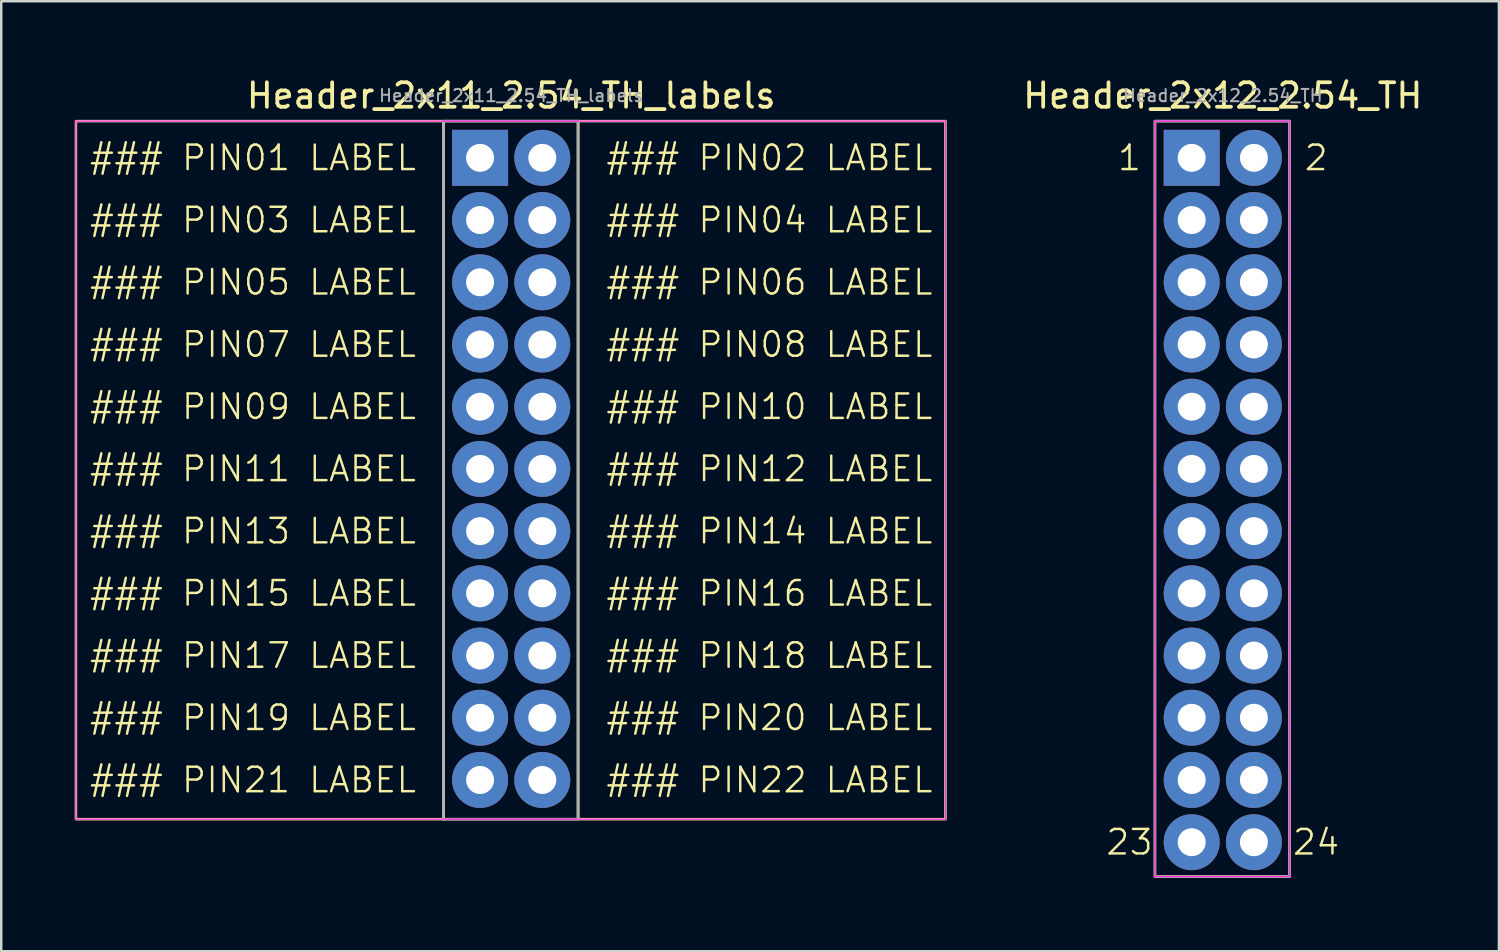
<source format=kicad_pcb>
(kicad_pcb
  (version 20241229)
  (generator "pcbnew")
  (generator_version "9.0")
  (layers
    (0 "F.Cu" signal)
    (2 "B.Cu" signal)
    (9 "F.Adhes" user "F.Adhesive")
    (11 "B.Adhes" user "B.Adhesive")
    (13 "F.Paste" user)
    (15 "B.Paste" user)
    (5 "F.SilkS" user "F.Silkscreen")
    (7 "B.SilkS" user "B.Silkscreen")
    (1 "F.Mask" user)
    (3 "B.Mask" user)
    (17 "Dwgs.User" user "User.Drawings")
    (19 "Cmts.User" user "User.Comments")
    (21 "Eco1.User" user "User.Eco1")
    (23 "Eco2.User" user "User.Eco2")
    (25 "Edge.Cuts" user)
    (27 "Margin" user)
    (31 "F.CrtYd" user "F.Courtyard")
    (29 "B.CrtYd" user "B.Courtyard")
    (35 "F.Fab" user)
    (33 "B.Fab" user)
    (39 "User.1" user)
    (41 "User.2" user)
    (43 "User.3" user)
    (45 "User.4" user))
  (footprint "Header_2x11_2.54_TH_labels"
    (layer "F.Cu")
    (at 16.55 3.394)
    (property "Reference" "Header_2x11_2.54_TH_labels" (at 1.27 -2.54 0) (layer "F.SilkS") (effects (font (size 1 1) (thickness 0.153))))
    (attr through_hole)
    (fp_rect (start -16.5 -1.5) (end -1.5 27) (stroke (width 0.1) (type default)) (fill no) (layer "F.SilkS"))
    (fp_rect (start -1.5 -1.5) (end 4 27) (stroke (width 0.1) (type default)) (fill no) (layer "F.SilkS"))
    (fp_rect (start 4 -1.5) (end 19 27) (stroke (width 0.1) (type default)) (fill no) (layer "F.SilkS"))
    (fp_line (start -16.5 -1.5) (end 19 -1.5) (stroke (width 0.05) (type default)) (layer "F.CrtYd"))
    (fp_line (start -16.5 27) (end -16.5 -1.5) (stroke (width 0.05) (type default)) (layer "F.CrtYd"))
    (fp_line (start 19 -1.5) (end 19 27) (stroke (width 0.05) (type default)) (layer "F.CrtYd"))
    (fp_line (start 19 27) (end -16.5 27) (stroke (width 0.05) (type default)) (layer "F.CrtYd"))
    (fp_rect (start -1.5 -1.5) (end 4 27) (stroke (width 0.1) (type default)) (fill no) (layer "F.Fab"))
    (fp_text user "### PIN03 LABEL" (at -2.54 2.54 0) (unlocked yes) (layer "F.SilkS") (effects (font (size 1 1) (thickness 0.1)) (justify right)))
    (fp_text user "### PIN19 LABEL" (at -2.54 22.86 0) (unlocked yes) (layer "F.SilkS") (effects (font (size 1 1) (thickness 0.1)) (justify right)))
    (fp_text user "### PIN04 LABEL" (at 5.08 2.54 0) (unlocked yes) (layer "F.SilkS") (effects (font (size 1 1) (thickness 0.1)) (justify left)))
    (fp_text user "### PIN01 LABEL" (at -2.54 0 0) (unlocked yes) (layer "F.SilkS") (effects (font (size 1 1) (thickness 0.1)) (justify right)))
    (fp_text user "### PIN05 LABEL" (at -2.54 5.08 0) (unlocked yes) (layer "F.SilkS") (effects (font (size 1 1) (thickness 0.1)) (justify right)))
    (fp_text user "### PIN13 LABEL" (at -2.54 15.24 0) (unlocked yes) (layer "F.SilkS") (effects (font (size 1 1) (thickness 0.1)) (justify right)))
    (fp_text user "### PIN08 LABEL" (at 5.08 7.62 0) (unlocked yes) (layer "F.SilkS") (effects (font (size 1 1) (thickness 0.1)) (justify left)))
    (fp_text user "### PIN20 LABEL" (at 5.08 22.86 0) (unlocked yes) (layer "F.SilkS") (effects (font (size 1 1) (thickness 0.1)) (justify left)))
    (fp_text user "### PIN22 LABEL" (at 5.08 25.4 0) (unlocked yes) (layer "F.SilkS") (effects (font (size 1 1) (thickness 0.1)) (justify left)))
    (fp_text user "### PIN14 LABEL" (at 5.08 15.24 0) (unlocked yes) (layer "F.SilkS") (effects (font (size 1 1) (thickness 0.1)) (justify left)))
    (fp_text user "### PIN06 LABEL" (at 5.08 5.08 0) (unlocked yes) (layer "F.SilkS") (effects (font (size 1 1) (thickness 0.1)) (justify left)))
    (fp_text user "### PIN16 LABEL" (at 5.08 17.78 0) (unlocked yes) (layer "F.SilkS") (effects (font (size 1 1) (thickness 0.1)) (justify left)))
    (fp_text user "### PIN09 LABEL" (at -2.54 10.16 0) (unlocked yes) (layer "F.SilkS") (effects (font (size 1 1) (thickness 0.1)) (justify right)))
    (fp_text user "### PIN11 LABEL" (at -2.54 12.7 0) (unlocked yes) (layer "F.SilkS") (effects (font (size 1 1) (thickness 0.1)) (justify right)))
    (fp_text user "### PIN10 LABEL" (at 5.08 10.16 0) (unlocked yes) (layer "F.SilkS") (effects (font (size 1 1) (thickness 0.1)) (justify left)))
    (fp_text user "### PIN12 LABEL" (at 5.08 12.7 0) (unlocked yes) (layer "F.SilkS") (effects (font (size 1 1) (thickness 0.1)) (justify left)))
    (fp_text user "### PIN07 LABEL" (at -2.54 7.62 0) (unlocked yes) (layer "F.SilkS") (effects (font (size 1 1) (thickness 0.1)) (justify right)))
    (fp_text user "### PIN18 LABEL" (at 5.08 20.32 0) (unlocked yes) (layer "F.SilkS") (effects (font (size 1 1) (thickness 0.1)) (justify left)))
    (fp_text user "### PIN02 LABEL" (at 5.08 0 0) (unlocked yes) (layer "F.SilkS") (effects (font (size 1 1) (thickness 0.1)) (justify left)))
    (fp_text user "### PIN21 LABEL" (at -2.54 25.4 0) (unlocked yes) (layer "F.SilkS") (effects (font (size 1 1) (thickness 0.1)) (justify right)))
    (fp_text user "### PIN17 LABEL" (at -2.54 20.32 0) (unlocked yes) (layer "F.SilkS") (effects (font (size 1 1) (thickness 0.1)) (justify right)))
    (fp_text user "### PIN15 LABEL" (at -2.54 17.78 0) (unlocked yes) (layer "F.SilkS") (effects (font (size 1 1) (thickness 0.1)) (justify right)))
    (fp_text user "${REFERENCE}" (at 1.27 -2.54 0) (layer "F.Fab") (effects (font (size 0.5 0.5) (thickness 0.08))))
    (pad "1" thru_hole rect (at 0 0) (size 2.286 2.286) (drill 1.143) (layers "*.Cu" "*.Mask"))
    (pad "2" thru_hole circle (at 2.54 0) (size 2.286 2.286) (drill 1.143) (layers "*.Cu" "*.Mask"))
    (pad "3" thru_hole circle (at 0 2.54) (size 2.286 2.286) (drill 1.143) (layers "*.Cu" "*.Mask"))
    (pad "4" thru_hole circle (at 2.54 2.54) (size 2.286 2.286) (drill 1.143) (layers "*.Cu" "*.Mask"))
    (pad "5" thru_hole circle (at 0 5.08) (size 2.286 2.286) (drill 1.143) (layers "*.Cu" "*.Mask"))
    (pad "6" thru_hole circle (at 2.54 5.08) (size 2.286 2.286) (drill 1.143) (layers "*.Cu" "*.Mask"))
    (pad "7" thru_hole circle (at 0 7.62) (size 2.286 2.286) (drill 1.143) (layers "*.Cu" "*.Mask"))
    (pad "8" thru_hole circle (at 2.54 7.62) (size 2.286 2.286) (drill 1.143) (layers "*.Cu" "*.Mask"))
    (pad "9" thru_hole circle (at 0 10.16) (size 2.286 2.286) (drill 1.143) (layers "*.Cu" "*.Mask"))
    (pad "10" thru_hole circle (at 2.54 10.16) (size 2.286 2.286) (drill 1.143) (layers "*.Cu" "*.Mask"))
    (pad "11" thru_hole circle (at 0 12.7) (size 2.286 2.286) (drill 1.143) (layers "*.Cu" "*.Mask"))
    (pad "12" thru_hole circle (at 2.54 12.7) (size 2.286 2.286) (drill 1.143) (layers "*.Cu" "*.Mask"))
    (pad "13" thru_hole circle (at 0 15.24) (size 2.286 2.286) (drill 1.143) (layers "*.Cu" "*.Mask"))
    (pad "14" thru_hole circle (at 2.54 15.24) (size 2.286 2.286) (drill 1.143) (layers "*.Cu" "*.Mask"))
    (pad "15" thru_hole circle (at 0 17.78) (size 2.286 2.286) (drill 1.143) (layers "*.Cu" "*.Mask"))
    (pad "16" thru_hole circle (at 2.54 17.78) (size 2.286 2.286) (drill 1.143) (layers "*.Cu" "*.Mask"))
    (pad "17" thru_hole circle (at 0 20.32) (size 2.286 2.286) (drill 1.143) (layers "*.Cu" "*.Mask"))
    (pad "18" thru_hole circle (at 2.54 20.32) (size 2.286 2.286) (drill 1.143) (layers "*.Cu" "*.Mask"))
    (pad "19" thru_hole circle (at 0 22.86) (size 2.286 2.286) (drill 1.143) (layers "*.Cu" "*.Mask"))
    (pad "20" thru_hole circle (at 2.54 22.86) (size 2.286 2.286) (drill 1.143) (layers "*.Cu" "*.Mask"))
    (pad "21" thru_hole circle (at 0 25.4) (size 2.286 2.286) (drill 1.143) (layers "*.Cu" "*.Mask"))
    (pad "22" thru_hole circle (at 2.54 25.4) (size 2.286 2.286) (drill 1.143) (layers "*.Cu" "*.Mask")))
  (footprint "Header_2x12_2.54_TH"
    (layer "F.Cu")
    (at 45.602 3.394)
    (property "Reference" "Header_2x12_2.54_TH" (at 1.27 -2.54 0) (layer "F.SilkS") (effects (font (size 1 1) (thickness 0.153))))
    (attr through_hole)
    (fp_rect (start -1.5 -1.5) (end 4 29.34) (stroke (width 0.1) (type default)) (fill no) (layer "F.SilkS"))
    (fp_line (start -1.5 -1.5) (end 4 -1.5) (stroke (width 0.05) (type default)) (layer "F.CrtYd"))
    (fp_line (start -1.5 29.34) (end -1.5 -1.5) (stroke (width 0.05) (type default)) (layer "F.CrtYd"))
    (fp_line (start 4 -1.5) (end 4 29.34) (stroke (width 0.05) (type default)) (layer "F.CrtYd"))
    (fp_line (start 4 29.34) (end -1.5 29.34) (stroke (width 0.05) (type default)) (layer "F.CrtYd"))
    (fp_rect (start -1.5 -1.5) (end 4 29.34) (stroke (width 0.1) (type default)) (fill no) (layer "F.Fab"))
    (fp_text user "2" (at 5.08 0 0) (unlocked yes) (layer "F.SilkS") (effects (font (size 1 1) (thickness 0.1))))
    (fp_text user "1" (at -2.54 0 0) (unlocked yes) (layer "F.SilkS") (effects (font (size 1 1) (thickness 0.1))))
    (fp_text user "23" (at -2.54 27.94 0) (unlocked yes) (layer "F.SilkS") (effects (font (size 1 1) (thickness 0.1))))
    (fp_text user "24" (at 5.08 27.94 0) (unlocked yes) (layer "F.SilkS") (effects (font (size 1 1) (thickness 0.1))))
    (fp_text user "${REFERENCE}" (at 1.27 -2.54 0) (layer "F.Fab") (effects (font (size 0.5 0.5) (thickness 0.08))))
    (pad "1" thru_hole rect (at 0 0) (size 2.286 2.286) (drill 1.143) (layers "*.Cu" "*.Mask"))
    (pad "2" thru_hole circle (at 2.54 0) (size 2.286 2.286) (drill 1.143) (layers "*.Cu" "*.Mask"))
    (pad "3" thru_hole circle (at 0 2.54) (size 2.286 2.286) (drill 1.143) (layers "*.Cu" "*.Mask"))
    (pad "4" thru_hole circle (at 2.54 2.54) (size 2.286 2.286) (drill 1.143) (layers "*.Cu" "*.Mask"))
    (pad "5" thru_hole circle (at 0 5.08) (size 2.286 2.286) (drill 1.143) (layers "*.Cu" "*.Mask"))
    (pad "6" thru_hole circle (at 2.54 5.08) (size 2.286 2.286) (drill 1.143) (layers "*.Cu" "*.Mask"))
    (pad "7" thru_hole circle (at 0 7.62) (size 2.286 2.286) (drill 1.143) (layers "*.Cu" "*.Mask"))
    (pad "8" thru_hole circle (at 2.54 7.62) (size 2.286 2.286) (drill 1.143) (layers "*.Cu" "*.Mask"))
    (pad "9" thru_hole circle (at 0 10.16) (size 2.286 2.286) (drill 1.143) (layers "*.Cu" "*.Mask"))
    (pad "10" thru_hole circle (at 2.54 10.16) (size 2.286 2.286) (drill 1.143) (layers "*.Cu" "*.Mask"))
    (pad "11" thru_hole circle (at 0 12.7) (size 2.286 2.286) (drill 1.143) (layers "*.Cu" "*.Mask"))
    (pad "12" thru_hole circle (at 2.54 12.7) (size 2.286 2.286) (drill 1.143) (layers "*.Cu" "*.Mask"))
    (pad "13" thru_hole circle (at 0 15.24) (size 2.286 2.286) (drill 1.143) (layers "*.Cu" "*.Mask"))
    (pad "14" thru_hole circle (at 2.54 15.24) (size 2.286 2.286) (drill 1.143) (layers "*.Cu" "*.Mask"))
    (pad "15" thru_hole circle (at 0 17.78) (size 2.286 2.286) (drill 1.143) (layers "*.Cu" "*.Mask"))
    (pad "16" thru_hole circle (at 2.54 17.78) (size 2.286 2.286) (drill 1.143) (layers "*.Cu" "*.Mask"))
    (pad "17" thru_hole circle (at 0 20.32) (size 2.286 2.286) (drill 1.143) (layers "*.Cu" "*.Mask"))
    (pad "18" thru_hole circle (at 2.54 20.32) (size 2.286 2.286) (drill 1.143) (layers "*.Cu" "*.Mask"))
    (pad "19" thru_hole circle (at 0 22.86) (size 2.286 2.286) (drill 1.143) (layers "*.Cu" "*.Mask"))
    (pad "20" thru_hole circle (at 2.54 22.86) (size 2.286 2.286) (drill 1.143) (layers "*.Cu" "*.Mask"))
    (pad "21" thru_hole circle (at 0 25.4) (size 2.286 2.286) (drill 1.143) (layers "*.Cu" "*.Mask"))
    (pad "22" thru_hole circle (at 2.54 25.4) (size 2.286 2.286) (drill 1.143) (layers "*.Cu" "*.Mask"))
    (pad "23" thru_hole circle (at 0 27.94) (size 2.286 2.286) (drill 1.143) (layers "*.Cu" "*.Mask"))
    (pad "24" thru_hole circle (at 2.54 27.94) (size 2.286 2.286) (drill 1.143) (layers "*.Cu" "*.Mask")))
  (gr_rect
    (start -3 -3)
    (end 58.145 35.784)
    (stroke (width 0.1) (type default))
    (fill no)
    (layer "Edge.Cuts")))
</source>
